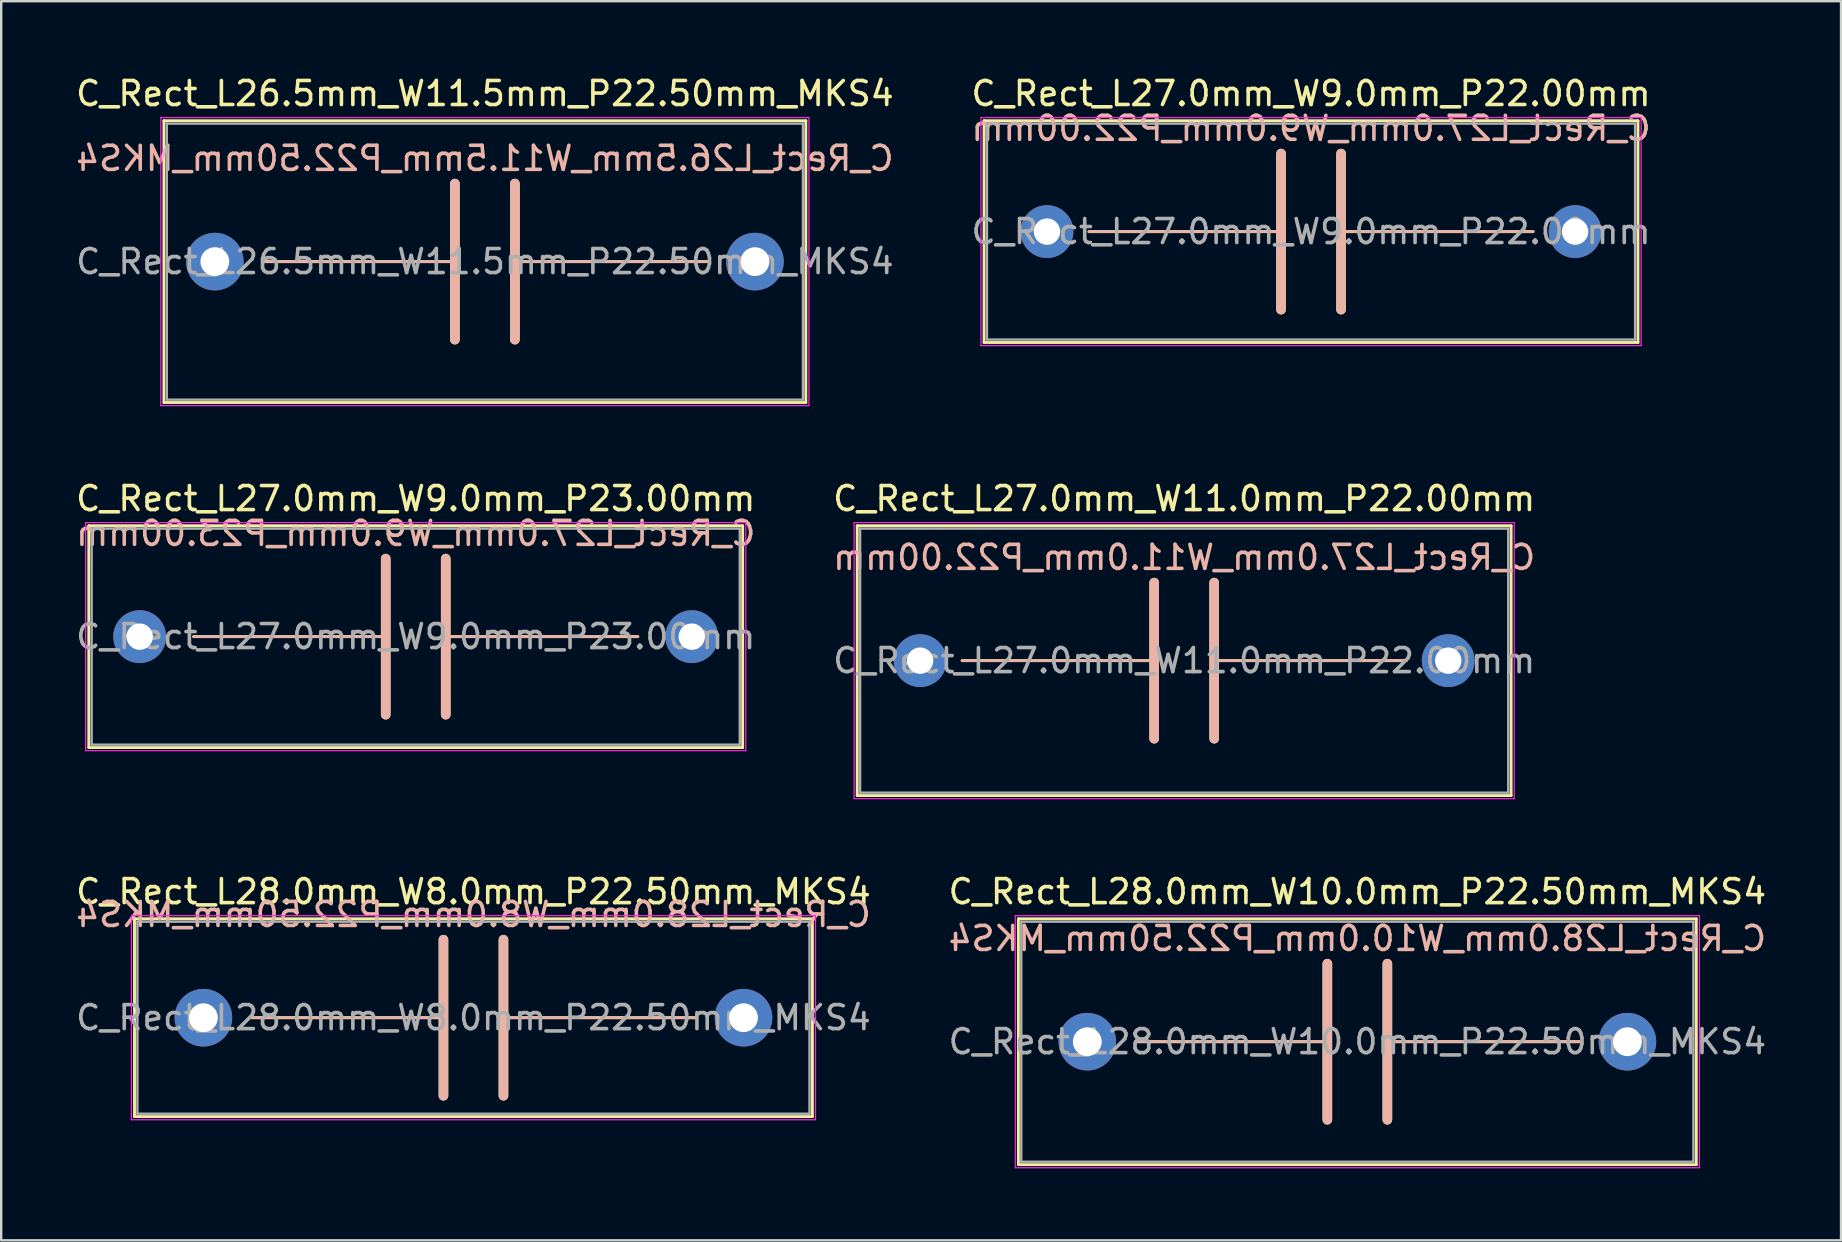
<source format=kicad_pcb>
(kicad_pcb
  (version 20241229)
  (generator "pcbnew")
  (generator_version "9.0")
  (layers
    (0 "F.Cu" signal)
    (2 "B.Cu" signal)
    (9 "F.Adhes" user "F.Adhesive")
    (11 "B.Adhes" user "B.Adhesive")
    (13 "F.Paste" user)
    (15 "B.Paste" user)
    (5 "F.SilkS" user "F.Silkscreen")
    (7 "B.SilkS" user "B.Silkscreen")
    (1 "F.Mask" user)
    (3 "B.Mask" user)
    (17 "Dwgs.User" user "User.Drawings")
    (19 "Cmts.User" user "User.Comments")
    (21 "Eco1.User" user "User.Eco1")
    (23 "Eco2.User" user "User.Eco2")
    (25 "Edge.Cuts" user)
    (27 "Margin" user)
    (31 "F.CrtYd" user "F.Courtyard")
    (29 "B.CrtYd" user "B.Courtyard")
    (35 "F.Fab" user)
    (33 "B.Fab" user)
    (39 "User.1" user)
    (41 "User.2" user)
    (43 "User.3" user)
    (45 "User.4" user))
  (footprint "C_Rect_L27.0mm_W11.0mm_P22.00mm"
    (layer "F.Cu")
    (at 35.28 24.471)
    (property "Reference" "C_Rect_L27.0mm_W11.0mm_P22.00mm" (at 11 -6.75 0) (layer "F.SilkS") (effects (font (size 1 1) (thickness 0.15))))
    (fp_line (start -2.62 -5.62) (end -2.62 5.62) (stroke (width 0.12) (type solid)) (layer "F.SilkS"))
    (fp_line (start -2.62 -5.62) (end 24.62 -5.62) (stroke (width 0.12) (type solid)) (layer "F.SilkS"))
    (fp_line (start -2.62 5.62) (end 24.62 5.62) (stroke (width 0.12) (type solid)) (layer "F.SilkS"))
    (fp_line (start 1.75 0) (end 9.75 0) (stroke (width 0.12) (type solid)) (layer "F.SilkS"))
    (fp_line (start 9.75 -3.25) (end 9.75 3.25) (stroke (width 0.4) (type solid)) (layer "F.SilkS"))
    (fp_line (start 12.25 -3.25) (end 12.25 3.25) (stroke (width 0.4) (type solid)) (layer "F.SilkS"))
    (fp_line (start 12.25 0) (end 20.25 0) (stroke (width 0.12) (type solid)) (layer "F.SilkS"))
    (fp_line (start 24.62 -5.62) (end 24.62 5.62) (stroke (width 0.12) (type solid)) (layer "F.SilkS"))
    (fp_line (start 1.75 0) (end 9.75 0) (stroke (width 0.12) (type solid)) (layer "B.SilkS"))
    (fp_line (start 9.75 3.25) (end 9.75 -3.25) (stroke (width 0.4) (type solid)) (layer "B.SilkS"))
    (fp_line (start 12.25 0) (end 20.25 0) (stroke (width 0.12) (type solid)) (layer "B.SilkS"))
    (fp_line (start 12.25 3.25) (end 12.25 -3.25) (stroke (width 0.4) (type solid)) (layer "B.SilkS"))
    (fp_line (start -2.75 -5.75) (end -2.75 5.75) (stroke (width 0.05) (type solid)) (layer "F.CrtYd"))
    (fp_line (start -2.75 5.75) (end 24.75 5.75) (stroke (width 0.05) (type solid)) (layer "F.CrtYd"))
    (fp_line (start 24.75 -5.75) (end -2.75 -5.75) (stroke (width 0.05) (type solid)) (layer "F.CrtYd"))
    (fp_line (start 24.75 5.75) (end 24.75 -5.75) (stroke (width 0.05) (type solid)) (layer "F.CrtYd"))
    (fp_line (start -2.5 -5.5) (end -2.5 5.5) (stroke (width 0.1) (type solid)) (layer "F.Fab"))
    (fp_line (start -2.5 5.5) (end 24.5 5.5) (stroke (width 0.1) (type solid)) (layer "F.Fab"))
    (fp_line (start 24.5 -5.5) (end -2.5 -5.5) (stroke (width 0.1) (type solid)) (layer "F.Fab"))
    (fp_line (start 24.5 5.5) (end 24.5 -5.5) (stroke (width 0.1) (type solid)) (layer "F.Fab"))
    (fp_text user "${REFERENCE}" (at 11 -4.3 0) (layer "B.SilkS") (effects (font (size 1 1) (thickness 0.15)) (justify mirror)))
    (fp_text user "${REFERENCE}" (at 11 0 0) (layer "F.Fab") (effects (font (size 1 1) (thickness 0.15))))
    (pad "1" thru_hole circle (at 0 0) (size 2.2 2.2) (drill 1.1) (layers "*.Cu" "*.Mask"))
    (pad "2" thru_hole circle (at 22 0) (size 2.2 2.2) (drill 1.1) (layers "*.Cu" "*.Mask")))
  (footprint "C_Rect_L27.0mm_W9.0mm_P22.00mm"
    (layer "F.Cu")
    (at 40.565 6.598)
    (property "Reference" "C_Rect_L27.0mm_W9.0mm_P22.00mm" (at 11 -5.75 0) (layer "F.SilkS") (effects (font (size 1 1) (thickness 0.15))))
    (fp_line (start -2.62 -4.62) (end -2.62 4.62) (stroke (width 0.12) (type solid)) (layer "F.SilkS"))
    (fp_line (start -2.62 -4.62) (end 24.62 -4.62) (stroke (width 0.12) (type solid)) (layer "F.SilkS"))
    (fp_line (start -2.62 4.62) (end 24.62 4.62) (stroke (width 0.12) (type solid)) (layer "F.SilkS"))
    (fp_line (start 1.75 0) (end 9.75 0) (stroke (width 0.12) (type solid)) (layer "F.SilkS"))
    (fp_line (start 9.75 -3.25) (end 9.75 3.25) (stroke (width 0.4) (type solid)) (layer "F.SilkS"))
    (fp_line (start 12.25 -3.25) (end 12.25 3.25) (stroke (width 0.4) (type solid)) (layer "F.SilkS"))
    (fp_line (start 12.25 0) (end 20.25 0) (stroke (width 0.12) (type solid)) (layer "F.SilkS"))
    (fp_line (start 24.62 -4.62) (end 24.62 4.62) (stroke (width 0.12) (type solid)) (layer "F.SilkS"))
    (fp_line (start 1.75 0) (end 9.75 0) (stroke (width 0.12) (type solid)) (layer "B.SilkS"))
    (fp_line (start 9.75 3.25) (end 9.75 -3.25) (stroke (width 0.4) (type solid)) (layer "B.SilkS"))
    (fp_line (start 12.25 0) (end 20.25 0) (stroke (width 0.12) (type solid)) (layer "B.SilkS"))
    (fp_line (start 12.25 3.25) (end 12.25 -3.25) (stroke (width 0.4) (type solid)) (layer "B.SilkS"))
    (fp_line (start -2.75 -4.75) (end -2.75 4.75) (stroke (width 0.05) (type solid)) (layer "F.CrtYd"))
    (fp_line (start -2.75 4.75) (end 24.75 4.75) (stroke (width 0.05) (type solid)) (layer "F.CrtYd"))
    (fp_line (start 24.75 -4.75) (end -2.75 -4.75) (stroke (width 0.05) (type solid)) (layer "F.CrtYd"))
    (fp_line (start 24.75 4.75) (end 24.75 -4.75) (stroke (width 0.05) (type solid)) (layer "F.CrtYd"))
    (fp_line (start -2.5 -4.5) (end -2.5 4.5) (stroke (width 0.1) (type solid)) (layer "F.Fab"))
    (fp_line (start -2.5 4.5) (end 24.5 4.5) (stroke (width 0.1) (type solid)) (layer "F.Fab"))
    (fp_line (start 24.5 -4.5) (end -2.5 -4.5) (stroke (width 0.1) (type solid)) (layer "F.Fab"))
    (fp_line (start 24.5 4.5) (end 24.5 -4.5) (stroke (width 0.1) (type solid)) (layer "F.Fab"))
    (fp_text user "${REFERENCE}" (at 11 -4.3 0) (layer "B.SilkS") (effects (font (size 1 1) (thickness 0.15)) (justify mirror)))
    (fp_text user "${REFERENCE}" (at 11 0 0) (layer "F.Fab") (effects (font (size 1 1) (thickness 0.15))))
    (pad "1" thru_hole circle (at 0 0) (size 2.2 2.2) (drill 1.1) (layers "*.Cu" "*.Mask"))
    (pad "2" thru_hole circle (at 22 0) (size 2.2 2.2) (drill 1.1) (layers "*.Cu" "*.Mask")))
  (footprint "C_Rect_L28.0mm_W10.0mm_P22.50mm_MKS4"
    (layer "F.Cu")
    (at 42.244 40.345)
    (property "Reference" "C_Rect_L28.0mm_W10.0mm_P22.50mm_MKS4" (at 11.25 -6.25 0) (layer "F.SilkS") (effects (font (size 1 1) (thickness 0.15))))
    (fp_line (start -2.87 -5.12) (end -2.87 5.12) (stroke (width 0.12) (type solid)) (layer "F.SilkS"))
    (fp_line (start -2.87 -5.12) (end 25.37 -5.12) (stroke (width 0.12) (type solid)) (layer "F.SilkS"))
    (fp_line (start -2.87 5.12) (end 25.37 5.12) (stroke (width 0.12) (type solid)) (layer "F.SilkS"))
    (fp_line (start 2 0) (end 10 0) (stroke (width 0.12) (type solid)) (layer "F.SilkS"))
    (fp_line (start 10 -3.25) (end 10 3.25) (stroke (width 0.4) (type solid)) (layer "F.SilkS"))
    (fp_line (start 12.5 -3.25) (end 12.5 3.25) (stroke (width 0.4) (type solid)) (layer "F.SilkS"))
    (fp_line (start 12.5 0) (end 20.5 0) (stroke (width 0.12) (type solid)) (layer "F.SilkS"))
    (fp_line (start 25.37 -5.12) (end 25.37 5.12) (stroke (width 0.12) (type solid)) (layer "F.SilkS"))
    (fp_line (start 2 0) (end 10 0) (stroke (width 0.12) (type solid)) (layer "B.SilkS"))
    (fp_line (start 10 3.25) (end 10 -3.25) (stroke (width 0.4) (type solid)) (layer "B.SilkS"))
    (fp_line (start 12.5 0) (end 20.5 0) (stroke (width 0.12) (type solid)) (layer "B.SilkS"))
    (fp_line (start 12.5 3.25) (end 12.5 -3.25) (stroke (width 0.4) (type solid)) (layer "B.SilkS"))
    (fp_line (start -3 -5.25) (end -3 5.25) (stroke (width 0.05) (type solid)) (layer "F.CrtYd"))
    (fp_line (start -3 5.25) (end 25.5 5.25) (stroke (width 0.05) (type solid)) (layer "F.CrtYd"))
    (fp_line (start 25.5 -5.25) (end -3 -5.25) (stroke (width 0.05) (type solid)) (layer "F.CrtYd"))
    (fp_line (start 25.5 5.25) (end 25.5 -5.25) (stroke (width 0.05) (type solid)) (layer "F.CrtYd"))
    (fp_line (start -2.75 -5) (end -2.75 5) (stroke (width 0.1) (type solid)) (layer "F.Fab"))
    (fp_line (start -2.75 5) (end 25.25 5) (stroke (width 0.1) (type solid)) (layer "F.Fab"))
    (fp_line (start 25.25 -5) (end -2.75 -5) (stroke (width 0.1) (type solid)) (layer "F.Fab"))
    (fp_line (start 25.25 5) (end 25.25 -5) (stroke (width 0.1) (type solid)) (layer "F.Fab"))
    (fp_text user "${REFERENCE}" (at 11.25 -4.3 0) (layer "B.SilkS") (effects (font (size 1 1) (thickness 0.15)) (justify mirror)))
    (fp_text user "${REFERENCE}" (at 11.25 0 0) (layer "F.Fab") (effects (font (size 1 1) (thickness 0.15))))
    (pad "1" thru_hole circle (at 0 0) (size 2.4 2.4) (drill 1.2) (layers "*.Cu" "*.Mask"))
    (pad "2" thru_hole circle (at 22.5 0) (size 2.4 2.4) (drill 1.2) (layers "*.Cu" "*.Mask")))
  (footprint "C_Rect_L27.0mm_W9.0mm_P23.00mm"
    (layer "F.Cu")
    (at 2.768 23.471)
    (property "Reference" "C_Rect_L27.0mm_W9.0mm_P23.00mm" (at 11.5 -5.75 0) (layer "F.SilkS") (effects (font (size 1 1) (thickness 0.15))))
    (fp_line (start -2.12 -4.62) (end -2.12 4.62) (stroke (width 0.12) (type solid)) (layer "F.SilkS"))
    (fp_line (start -2.12 -4.62) (end 25.12 -4.62) (stroke (width 0.12) (type solid)) (layer "F.SilkS"))
    (fp_line (start -2.12 4.62) (end 25.12 4.62) (stroke (width 0.12) (type solid)) (layer "F.SilkS"))
    (fp_line (start 2.25 0) (end 10.25 0) (stroke (width 0.12) (type solid)) (layer "F.SilkS"))
    (fp_line (start 10.25 -3.25) (end 10.25 3.25) (stroke (width 0.4) (type solid)) (layer "F.SilkS"))
    (fp_line (start 12.75 -3.25) (end 12.75 3.25) (stroke (width 0.4) (type solid)) (layer "F.SilkS"))
    (fp_line (start 12.75 0) (end 20.75 0) (stroke (width 0.12) (type solid)) (layer "F.SilkS"))
    (fp_line (start 25.12 -4.62) (end 25.12 4.62) (stroke (width 0.12) (type solid)) (layer "F.SilkS"))
    (fp_line (start 2.25 0) (end 10.25 0) (stroke (width 0.12) (type solid)) (layer "B.SilkS"))
    (fp_line (start 10.25 3.25) (end 10.25 -3.25) (stroke (width 0.4) (type solid)) (layer "B.SilkS"))
    (fp_line (start 12.75 0) (end 20.75 0) (stroke (width 0.12) (type solid)) (layer "B.SilkS"))
    (fp_line (start 12.75 3.25) (end 12.75 -3.25) (stroke (width 0.4) (type solid)) (layer "B.SilkS"))
    (fp_line (start -2.25 -4.75) (end -2.25 4.75) (stroke (width 0.05) (type solid)) (layer "F.CrtYd"))
    (fp_line (start -2.25 4.75) (end 25.25 4.75) (stroke (width 0.05) (type solid)) (layer "F.CrtYd"))
    (fp_line (start 25.25 -4.75) (end -2.25 -4.75) (stroke (width 0.05) (type solid)) (layer "F.CrtYd"))
    (fp_line (start 25.25 4.75) (end 25.25 -4.75) (stroke (width 0.05) (type solid)) (layer "F.CrtYd"))
    (fp_line (start -2 -4.5) (end -2 4.5) (stroke (width 0.1) (type solid)) (layer "F.Fab"))
    (fp_line (start -2 4.5) (end 25 4.5) (stroke (width 0.1) (type solid)) (layer "F.Fab"))
    (fp_line (start 25 -4.5) (end -2 -4.5) (stroke (width 0.1) (type solid)) (layer "F.Fab"))
    (fp_line (start 25 4.5) (end 25 -4.5) (stroke (width 0.1) (type solid)) (layer "F.Fab"))
    (fp_text user "${REFERENCE}" (at 11.5 -4.3 0) (layer "B.SilkS") (effects (font (size 1 1) (thickness 0.15)) (justify mirror)))
    (fp_text user "${REFERENCE}" (at 11.5 0 0) (layer "F.Fab") (effects (font (size 1 1) (thickness 0.15))))
    (pad "1" thru_hole circle (at 0 0) (size 2.2 2.2) (drill 1.1) (layers "*.Cu" "*.Mask"))
    (pad "2" thru_hole circle (at 23 0) (size 2.2 2.2) (drill 1.1) (layers "*.Cu" "*.Mask")))
  (footprint "C_Rect_L28.0mm_W8.0mm_P22.50mm_MKS4"
    (layer "F.Cu")
    (at 5.423 39.345)
    (property "Reference" "C_Rect_L28.0mm_W8.0mm_P22.50mm_MKS4" (at 11.25 -5.25 0) (layer "F.SilkS") (effects (font (size 1 1) (thickness 0.15))))
    (fp_line (start -2.87 -4.12) (end -2.87 4.12) (stroke (width 0.12) (type solid)) (layer "F.SilkS"))
    (fp_line (start -2.87 -4.12) (end 25.37 -4.12) (stroke (width 0.12) (type solid)) (layer "F.SilkS"))
    (fp_line (start -2.87 4.12) (end 25.37 4.12) (stroke (width 0.12) (type solid)) (layer "F.SilkS"))
    (fp_line (start 2 0) (end 10 0) (stroke (width 0.12) (type solid)) (layer "F.SilkS"))
    (fp_line (start 10 -3.25) (end 10 3.25) (stroke (width 0.4) (type solid)) (layer "F.SilkS"))
    (fp_line (start 12.5 -3.25) (end 12.5 3.25) (stroke (width 0.4) (type solid)) (layer "F.SilkS"))
    (fp_line (start 12.5 0) (end 20.5 0) (stroke (width 0.12) (type solid)) (layer "F.SilkS"))
    (fp_line (start 25.37 -4.12) (end 25.37 4.12) (stroke (width 0.12) (type solid)) (layer "F.SilkS"))
    (fp_line (start 2 0) (end 10 0) (stroke (width 0.12) (type solid)) (layer "B.SilkS"))
    (fp_line (start 10 3.25) (end 10 -3.25) (stroke (width 0.4) (type solid)) (layer "B.SilkS"))
    (fp_line (start 12.5 0) (end 20.5 0) (stroke (width 0.12) (type solid)) (layer "B.SilkS"))
    (fp_line (start 12.5 3.25) (end 12.5 -3.25) (stroke (width 0.4) (type solid)) (layer "B.SilkS"))
    (fp_line (start -3 -4.25) (end -3 4.25) (stroke (width 0.05) (type solid)) (layer "F.CrtYd"))
    (fp_line (start -3 4.25) (end 25.5 4.25) (stroke (width 0.05) (type solid)) (layer "F.CrtYd"))
    (fp_line (start 25.5 -4.25) (end -3 -4.25) (stroke (width 0.05) (type solid)) (layer "F.CrtYd"))
    (fp_line (start 25.5 4.25) (end 25.5 -4.25) (stroke (width 0.05) (type solid)) (layer "F.CrtYd"))
    (fp_line (start -2.75 -4) (end -2.75 4) (stroke (width 0.1) (type solid)) (layer "F.Fab"))
    (fp_line (start -2.75 4) (end 25.25 4) (stroke (width 0.1) (type solid)) (layer "F.Fab"))
    (fp_line (start 25.25 -4) (end -2.75 -4) (stroke (width 0.1) (type solid)) (layer "F.Fab"))
    (fp_line (start 25.25 4) (end 25.25 -4) (stroke (width 0.1) (type solid)) (layer "F.Fab"))
    (fp_text user "${REFERENCE}" (at 11.25 -4.3 0) (layer "B.SilkS") (effects (font (size 1 1) (thickness 0.15)) (justify mirror)))
    (fp_text user "${REFERENCE}" (at 11.25 0 0) (layer "F.Fab") (effects (font (size 1 1) (thickness 0.15))))
    (pad "1" thru_hole circle (at 0 0) (size 2.4 2.4) (drill 1.2) (layers "*.Cu" "*.Mask"))
    (pad "2" thru_hole circle (at 22.5 0) (size 2.4 2.4) (drill 1.2) (layers "*.Cu" "*.Mask")))
  (footprint "C_Rect_L26.5mm_W11.5mm_P22.50mm_MKS4"
    (layer "F.Cu")
    (at 5.899 7.848)
    (property "Reference" "C_Rect_L26.5mm_W11.5mm_P22.50mm_MKS4" (at 11.25 -7 0) (layer "F.SilkS") (effects (font (size 1 1) (thickness 0.15))))
    (fp_line (start -2.12 -5.87) (end -2.12 5.87) (stroke (width 0.12) (type solid)) (layer "F.SilkS"))
    (fp_line (start -2.12 -5.87) (end 24.62 -5.87) (stroke (width 0.12) (type solid)) (layer "F.SilkS"))
    (fp_line (start -2.12 5.87) (end 24.62 5.87) (stroke (width 0.12) (type solid)) (layer "F.SilkS"))
    (fp_line (start 2 0) (end 10 0) (stroke (width 0.12) (type solid)) (layer "F.SilkS"))
    (fp_line (start 10 -3.25) (end 10 3.25) (stroke (width 0.4) (type solid)) (layer "F.SilkS"))
    (fp_line (start 12.5 -3.25) (end 12.5 3.25) (stroke (width 0.4) (type solid)) (layer "F.SilkS"))
    (fp_line (start 12.5 0) (end 20.5 0) (stroke (width 0.12) (type solid)) (layer "F.SilkS"))
    (fp_line (start 24.62 -5.87) (end 24.62 5.87) (stroke (width 0.12) (type solid)) (layer "F.SilkS"))
    (fp_line (start 2 0) (end 10 0) (stroke (width 0.12) (type solid)) (layer "B.SilkS"))
    (fp_line (start 10 3.25) (end 10 -3.25) (stroke (width 0.4) (type solid)) (layer "B.SilkS"))
    (fp_line (start 12.5 0) (end 20.5 0) (stroke (width 0.12) (type solid)) (layer "B.SilkS"))
    (fp_line (start 12.5 3.25) (end 12.5 -3.25) (stroke (width 0.4) (type solid)) (layer "B.SilkS"))
    (fp_line (start -2.25 -6) (end -2.25 6) (stroke (width 0.05) (type solid)) (layer "F.CrtYd"))
    (fp_line (start -2.25 6) (end 24.75 6) (stroke (width 0.05) (type solid)) (layer "F.CrtYd"))
    (fp_line (start 24.75 -6) (end -2.25 -6) (stroke (width 0.05) (type solid)) (layer "F.CrtYd"))
    (fp_line (start 24.75 6) (end 24.75 -6) (stroke (width 0.05) (type solid)) (layer "F.CrtYd"))
    (fp_line (start -2 -5.75) (end -2 5.75) (stroke (width 0.1) (type solid)) (layer "F.Fab"))
    (fp_line (start -2 5.75) (end 24.5 5.75) (stroke (width 0.1) (type solid)) (layer "F.Fab"))
    (fp_line (start 24.5 -5.75) (end -2 -5.75) (stroke (width 0.1) (type solid)) (layer "F.Fab"))
    (fp_line (start 24.5 5.75) (end 24.5 -5.75) (stroke (width 0.1) (type solid)) (layer "F.Fab"))
    (fp_text user "${REFERENCE}" (at 11.25 -4.3 0) (layer "B.SilkS") (effects (font (size 1 1) (thickness 0.15)) (justify mirror)))
    (fp_text user "${REFERENCE}" (at 11.25 0 0) (layer "F.Fab") (effects (font (size 1 1) (thickness 0.15))))
    (pad "1" thru_hole circle (at 0 0) (size 2.4 2.4) (drill 1.2) (layers "*.Cu" "*.Mask"))
    (pad "2" thru_hole circle (at 22.5 0) (size 2.4 2.4) (drill 1.2) (layers "*.Cu" "*.Mask")))
  (gr_rect
    (start -3 -3)
    (end 73.643 48.62)
    (stroke (width 0.1) (type default))
    (fill no)
    (layer "Edge.Cuts")))
</source>
